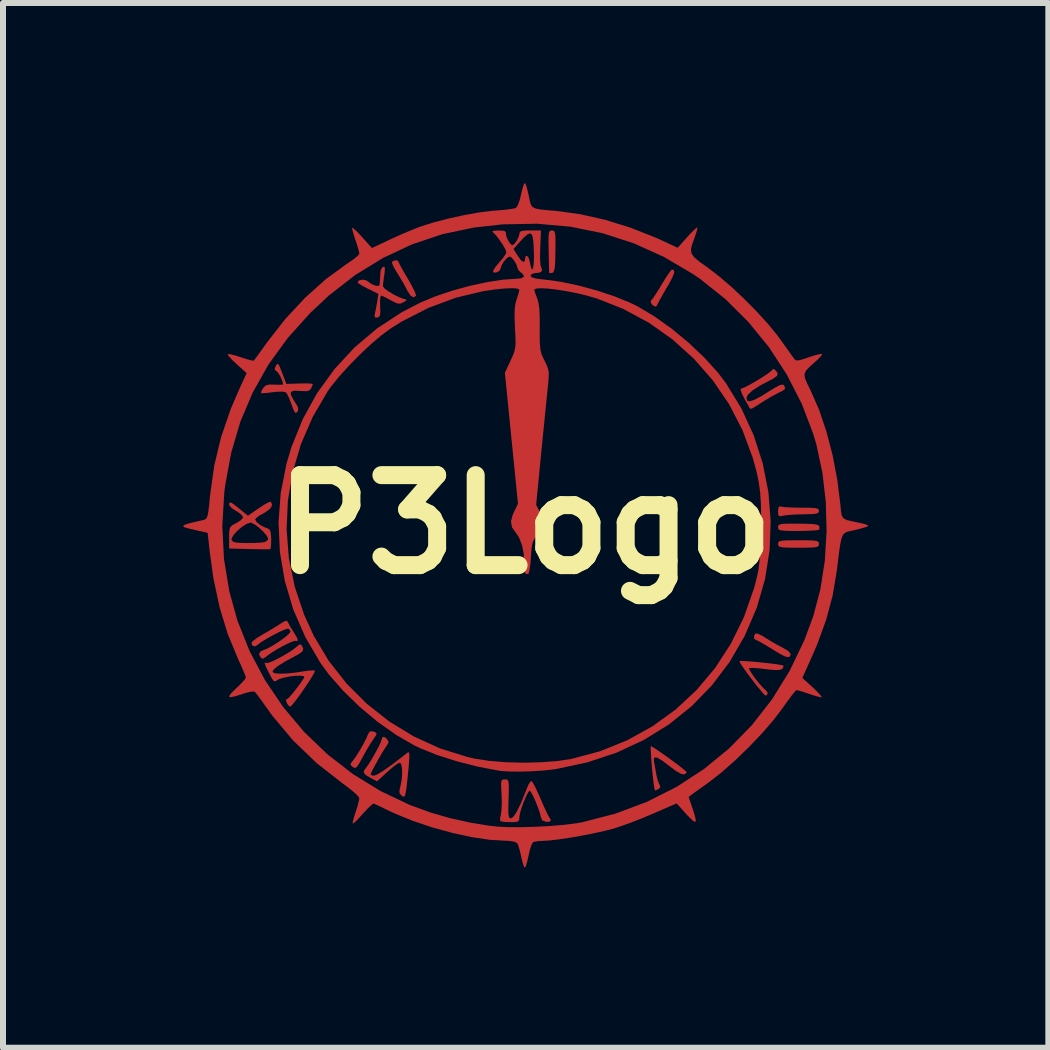
<source format=kicad_pcb>
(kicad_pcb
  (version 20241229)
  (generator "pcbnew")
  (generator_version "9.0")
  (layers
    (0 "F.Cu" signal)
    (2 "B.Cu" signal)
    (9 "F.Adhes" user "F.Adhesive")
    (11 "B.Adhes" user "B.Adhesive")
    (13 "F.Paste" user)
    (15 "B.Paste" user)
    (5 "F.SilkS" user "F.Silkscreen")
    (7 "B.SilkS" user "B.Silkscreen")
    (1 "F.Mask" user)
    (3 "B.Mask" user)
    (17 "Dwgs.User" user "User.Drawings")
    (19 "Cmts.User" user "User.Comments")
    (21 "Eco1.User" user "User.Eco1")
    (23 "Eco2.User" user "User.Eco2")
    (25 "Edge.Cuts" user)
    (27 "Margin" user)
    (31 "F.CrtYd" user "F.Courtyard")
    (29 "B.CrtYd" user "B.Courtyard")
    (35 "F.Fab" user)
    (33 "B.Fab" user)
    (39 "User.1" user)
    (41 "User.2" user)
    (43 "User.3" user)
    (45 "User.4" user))
  (footprint "P3Logo"
    (layer "F.Cu")
    (at 5.7 5.691)
    (property "Reference" "P3Logo" (at 0 0 0) (layer "F.SilkS") (effects (font (size 1.5 1.5) (thickness 0.3))))
    (attr board_only exclude_from_pos_files exclude_from_bom)
    (fp_poly (pts (xy 3.883 1.822) (xy 3.954 1.856) (xy 4.006 1.888) (xy 4.12 1.959) (xy 4.247 2.029) (xy 4.289 2.05) (xy 4.379 2.103) (xy 4.425 2.15) (xy 4.428 2.167) (xy 4.413 2.203) (xy 4.381 2.213) (xy 4.322 2.195) (xy 4.229 2.145) (xy 4.115 2.075) (xy 4.005 2.008) (xy 3.915 1.956) (xy 3.856 1.927) (xy 3.843 1.923) (xy 3.818 1.9) (xy 3.819 1.853) (xy 3.843 1.816)) (stroke (width 0) (type solid)) (fill yes) (layer "F.Cu"))
    (fp_poly (pts (xy -2.5 3.461) (xy -2.474 3.48) (xy -2.483 3.516) (xy -2.525 3.577) (xy -2.577 3.655) (xy -2.643 3.765) (xy -2.706 3.879) (xy -2.763 3.983) (xy -2.801 4.04) (xy -2.831 4.059) (xy -2.861 4.049) (xy -2.87 4.043) (xy -2.907 4.009) (xy -2.901 3.977) (xy -2.871 3.941) (xy -2.823 3.876) (xy -2.761 3.778) (xy -2.697 3.666) (xy -2.644 3.564) (xy -2.616 3.497) (xy -2.589 3.451) (xy -2.54 3.448)) (stroke (width 0) (type solid)) (fill yes) (layer "F.Cu"))
    (fp_poly (pts (xy -2.109 -4.381) (xy -2.109 -4.381) (xy -2.094 -4.346) (xy -2.054 -4.27) (xy -1.995 -4.167) (xy -1.954 -4.098) (xy -1.89 -3.984) (xy -1.842 -3.89) (xy -1.818 -3.828) (xy -1.817 -3.811) (xy -1.858 -3.784) (xy -1.908 -3.815) (xy -1.963 -3.9) (xy -1.968 -3.91) (xy -2.02 -4.01) (xy -2.089 -4.126) (xy -2.13 -4.192) (xy -2.182 -4.279) (xy -2.213 -4.346) (xy -2.216 -4.376) (xy -2.179 -4.399) (xy -2.132 -4.402)) (stroke (width 0) (type solid)) (fill yes) (layer "F.Cu"))
    (fp_poly (pts (xy 2.484 -4.236) (xy 2.487 -4.194) (xy 2.457 -4.117) (xy 2.394 -3.998) (xy 2.356 -3.935) (xy 2.29 -3.821) (xy 2.238 -3.728) (xy 2.208 -3.667) (xy 2.202 -3.652) (xy 2.183 -3.629) (xy 2.141 -3.645) (xy 2.111 -3.672) (xy 2.093 -3.718) (xy 2.104 -3.734) (xy 2.132 -3.768) (xy 2.182 -3.842) (xy 2.246 -3.944) (xy 2.279 -4.001) (xy 2.346 -4.109) (xy 2.402 -4.193) (xy 2.441 -4.242) (xy 2.451 -4.249)) (stroke (width 0) (type solid)) (fill yes) (layer "F.Cu"))
    (fp_poly (pts (xy 4.567 -0.013) (xy 4.72 -0.01) (xy 4.82 -0.005) (xy 4.879 0.007) (xy 4.905 0.027) (xy 4.909 0.06) (xy 4.905 0.085) (xy 4.874 0.095) (xy 4.794 0.102) (xy 4.677 0.107) (xy 4.559 0.109) (xy 4.41 0.108) (xy 4.312 0.104) (xy 4.254 0.096) (xy 4.227 0.082) (xy 4.218 0.058) (xy 4.218 0.047) (xy 4.222 0.02) (xy 4.24 0.002) (xy 4.283 -0.008) (xy 4.363 -0.013) (xy 4.488 -0.013)) (stroke (width 0) (type solid)) (fill yes) (layer "F.Cu"))
    (fp_poly (pts (xy 0.477 -4.896) (xy 0.494 -4.878) (xy 0.504 -4.835) (xy 0.508 -4.756) (xy 0.508 -4.631) (xy 0.507 -4.551) (xy 0.504 -4.396) (xy 0.498 -4.293) (xy 0.487 -4.232) (xy 0.471 -4.201) (xy 0.453 -4.192) (xy 0.409 -4.189) (xy 0.402 -4.192) (xy 0.402 -4.225) (xy 0.4 -4.308) (xy 0.397 -4.426) (xy 0.395 -4.551) (xy 0.392 -4.702) (xy 0.393 -4.802) (xy 0.4 -4.861) (xy 0.413 -4.89) (xy 0.435 -4.899) (xy 0.45 -4.9)) (stroke (width 0) (type solid)) (fill yes) (layer "F.Cu"))
    (fp_poly (pts (xy 4.267 -0.298) (xy 4.318 -0.29) (xy 4.415 -0.283) (xy 4.54 -0.28) (xy 4.608 -0.279) (xy 4.745 -0.278) (xy 4.832 -0.273) (xy 4.879 -0.262) (xy 4.898 -0.242) (xy 4.9 -0.225) (xy 4.893 -0.198) (xy 4.862 -0.181) (xy 4.797 -0.173) (xy 4.685 -0.17) (xy 4.644 -0.169) (xy 4.513 -0.166) (xy 4.395 -0.158) (xy 4.314 -0.148) (xy 4.303 -0.145) (xy 4.244 -0.135) (xy 4.221 -0.159) (xy 4.218 -0.22) (xy 4.225 -0.286) (xy 4.25 -0.303)) (stroke (width 0) (type solid)) (fill yes) (layer "F.Cu"))
    (fp_poly (pts (xy 4.708 0.264) (xy 4.806 0.268) (xy 4.864 0.276) (xy 4.891 0.291) (xy 4.9 0.314) (xy 4.9 0.326) (xy 4.896 0.353) (xy 4.877 0.371) (xy 4.833 0.381) (xy 4.752 0.386) (xy 4.623 0.388) (xy 4.559 0.388) (xy 4.41 0.387) (xy 4.312 0.384) (xy 4.254 0.375) (xy 4.227 0.361) (xy 4.218 0.337) (xy 4.218 0.326) (xy 4.222 0.298) (xy 4.241 0.281) (xy 4.285 0.27) (xy 4.366 0.265) (xy 4.495 0.264) (xy 4.559 0.264)) (stroke (width 0) (type solid)) (fill yes) (layer "F.Cu"))
    (fp_poly (pts (xy 3.687 2.279) (xy 3.799 2.287) (xy 3.926 2.299) (xy 4.055 2.313) (xy 4.171 2.327) (xy 4.26 2.341) (xy 4.307 2.352) (xy 4.31 2.355) (xy 4.299 2.398) (xy 4.261 2.422) (xy 4.186 2.428) (xy 4.065 2.418) (xy 4.009 2.411) (xy 3.889 2.397) (xy 3.795 2.391) (xy 3.741 2.393) (xy 3.735 2.396) (xy 3.743 2.427) (xy 3.782 2.489) (xy 3.839 2.569) (xy 3.905 2.652) (xy 3.967 2.722) (xy 4.015 2.766) (xy 4.02 2.77) (xy 4.046 2.807) (xy 4.034 2.844) (xy 4.007 2.852) (xy 3.98 2.828) (xy 3.926 2.764) (xy 3.85 2.671) (xy 3.773 2.571) (xy 3.689 2.459) (xy 3.624 2.366) (xy 3.583 2.302) (xy 3.573 2.278) (xy 3.607 2.275)) (stroke (width 0) (type solid)) (fill yes) (layer "F.Cu"))
    (fp_poly (pts (xy 2.123 3.707) (xy 2.188 3.748) (xy 2.278 3.81) (xy 2.381 3.883) (xy 2.487 3.96) (xy 2.582 4.032) (xy 2.654 4.089) (xy 2.693 4.124) (xy 2.696 4.129) (xy 2.674 4.156) (xy 2.651 4.167) (xy 2.601 4.157) (xy 2.517 4.109) (xy 2.412 4.031) (xy 2.291 3.939) (xy 2.209 3.889) (xy 2.162 3.882) (xy 2.147 3.917) (xy 2.152 3.962) (xy 2.168 4.051) (xy 2.187 4.156) (xy 2.189 4.171) (xy 2.21 4.261) (xy 2.237 4.327) (xy 2.243 4.336) (xy 2.256 4.381) (xy 2.231 4.406) (xy 2.182 4.431) (xy 2.168 4.434) (xy 2.158 4.406) (xy 2.146 4.327) (xy 2.132 4.211) (xy 2.118 4.071) (xy 2.106 3.927) (xy 2.098 3.809) (xy 2.095 3.727) (xy 2.096 3.695)) (stroke (width 0) (type solid)) (fill yes) (layer "F.Cu"))
    (fp_poly (pts (xy 4.171 -2.574) (xy 4.212 -2.523) (xy 4.2 -2.476) (xy 4.131 -2.426) (xy 4.087 -2.404) (xy 3.916 -2.314) (xy 3.79 -2.232) (xy 3.713 -2.16) (xy 3.691 -2.11) (xy 3.703 -2.063) (xy 3.744 -2.051) (xy 3.819 -2.075) (xy 3.933 -2.135) (xy 4.044 -2.204) (xy 4.166 -2.279) (xy 4.247 -2.321) (xy 4.295 -2.332) (xy 4.315 -2.32) (xy 4.336 -2.28) (xy 4.327 -2.251) (xy 4.28 -2.22) (xy 4.215 -2.188) (xy 4.116 -2.136) (xy 3.999 -2.067) (xy 3.934 -2.025) (xy 3.842 -1.966) (xy 3.789 -1.935) (xy 3.762 -1.927) (xy 3.748 -1.937) (xy 3.742 -1.946) (xy 3.664 -2.083) (xy 3.614 -2.185) (xy 3.593 -2.247) (xy 3.602 -2.264) (xy 3.648 -2.279) (xy 3.727 -2.319) (xy 3.826 -2.374) (xy 3.93 -2.437) (xy 4.023 -2.497) (xy 4.093 -2.548) (xy 4.124 -2.579) (xy 4.125 -2.581) (xy 4.143 -2.592)) (stroke (width 0) (type solid)) (fill yes) (layer "F.Cu"))
    (fp_poly (pts (xy -3.956 1.618) (xy -3.947 1.636) (xy -3.916 1.696) (xy -3.867 1.777) (xy -3.855 1.795) (xy -3.804 1.879) (xy -3.785 1.932) (xy -3.798 1.946) (xy -3.814 1.939) (xy -3.854 1.944) (xy -3.93 1.975) (xy -4.028 2.023) (xy -4.133 2.081) (xy -4.228 2.14) (xy -4.298 2.191) (xy -4.314 2.205) (xy -4.365 2.238) (xy -4.401 2.224) (xy -4.433 2.163) (xy -4.407 2.115) (xy -4.365 2.097) (xy -4.291 2.067) (xy -4.197 2.015) (xy -4.097 1.951) (xy -4.005 1.885) (xy -3.937 1.827) (xy -3.908 1.787) (xy -3.908 1.784) (xy -3.932 1.742) (xy -3.953 1.737) (xy -4.005 1.752) (xy -4.093 1.791) (xy -4.198 1.845) (xy -4.304 1.904) (xy -4.394 1.959) (xy -4.45 2.002) (xy -4.456 2.008) (xy -4.505 2.035) (xy -4.548 2.014) (xy -4.559 1.975) (xy -4.534 1.942) (xy -4.468 1.892) (xy -4.396 1.848) (xy -4.278 1.78) (xy -4.156 1.706) (xy -4.1 1.67) (xy -4.021 1.621) (xy -3.978 1.604)) (stroke (width 0) (type solid)) (fill yes) (layer "F.Cu"))
    (fp_poly (pts (xy -4.113 -2.673) (xy -4.088 -2.63) (xy -4.052 -2.538) (xy -4.047 -2.526) (xy -3.978 -2.342) (xy -3.757 -2.349) (xy -3.649 -2.351) (xy -3.57 -2.348) (xy -3.536 -2.341) (xy -3.536 -2.34) (xy -3.549 -2.301) (xy -3.565 -2.266) (xy -3.595 -2.233) (xy -3.649 -2.221) (xy -3.744 -2.225) (xy -3.751 -2.226) (xy -3.853 -2.229) (xy -3.902 -2.209) (xy -3.902 -2.159) (xy -3.856 -2.073) (xy -3.833 -2.038) (xy -3.787 -1.961) (xy -3.779 -1.911) (xy -3.795 -1.877) (xy -3.818 -1.857) (xy -3.84 -1.874) (xy -3.868 -1.936) (xy -3.89 -1.999) (xy -3.928 -2.098) (xy -3.964 -2.172) (xy -3.984 -2.201) (xy -4.035 -2.213) (xy -4.129 -2.212) (xy -4.203 -2.204) (xy -4.303 -2.192) (xy -4.375 -2.187) (xy -4.4 -2.189) (xy -4.394 -2.22) (xy -4.367 -2.27) (xy -4.326 -2.313) (xy -4.269 -2.331) (xy -4.176 -2.33) (xy -4.091 -2.328) (xy -4.039 -2.331) (xy -4.032 -2.335) (xy -4.046 -2.398) (xy -4.08 -2.474) (xy -4.12 -2.535) (xy -4.144 -2.556) (xy -4.173 -2.58) (xy -4.16 -2.627) (xy -4.153 -2.641) (xy -4.132 -2.674)) (stroke (width 0) (type solid)) (fill yes) (layer "F.Cu"))
    (fp_poly (pts (xy -2.334 -4.26) (xy -2.342 -4.18) (xy -2.344 -4.167) (xy -2.358 -4.069) (xy -2.367 -3.993) (xy -2.369 -3.974) (xy -2.345 -3.937) (xy -2.281 -3.888) (xy -2.193 -3.835) (xy -2.1 -3.788) (xy -2.018 -3.758) (xy -1.985 -3.753) (xy -1.974 -3.739) (xy -2.014 -3.709) (xy -2.021 -3.705) (xy -2.076 -3.681) (xy -2.125 -3.682) (xy -2.192 -3.712) (xy -2.238 -3.737) (xy -2.321 -3.782) (xy -2.382 -3.81) (xy -2.399 -3.814) (xy -2.411 -3.786) (xy -2.416 -3.714) (xy -2.414 -3.637) (xy -2.411 -3.535) (xy -2.419 -3.479) (xy -2.442 -3.454) (xy -2.462 -3.448) (xy -2.503 -3.45) (xy -2.506 -3.491) (xy -2.502 -3.509) (xy -2.486 -3.587) (xy -2.467 -3.689) (xy -2.463 -3.712) (xy -2.443 -3.843) (xy -2.617 -3.928) (xy -2.708 -3.976) (xy -2.771 -4.015) (xy -2.791 -4.036) (xy -2.766 -4.068) (xy -2.709 -4.08) (xy -2.647 -4.069) (xy -2.62 -4.051) (xy -2.56 -4.008) (xy -2.491 -3.979) (xy -2.438 -3.975) (xy -2.43 -3.98) (xy -2.42 -4.018) (xy -2.415 -4.095) (xy -2.414 -4.135) (xy -2.404 -4.241) (xy -2.373 -4.29) (xy -2.368 -4.293) (xy -2.342 -4.294)) (stroke (width 0) (type solid)) (fill yes) (layer "F.Cu"))
    (fp_poly (pts (xy -2.33 3.549) (xy -2.295 3.583) (xy -2.272 3.63) (xy -2.299 3.68) (xy -2.301 3.683) (xy -2.335 3.732) (xy -2.386 3.814) (xy -2.443 3.913) (xy -2.499 4.014) (xy -2.545 4.101) (xy -2.571 4.157) (xy -2.574 4.169) (xy -2.548 4.184) (xy -2.515 4.187) (xy -2.46 4.166) (xy -2.362 4.106) (xy -2.223 4.008) (xy -2.046 3.873) (xy -1.958 3.803) (xy -1.938 3.796) (xy -1.928 3.819) (xy -1.927 3.883) (xy -1.935 3.997) (xy -1.938 4.033) (xy -1.952 4.174) (xy -1.966 4.31) (xy -1.979 4.414) (xy -1.981 4.429) (xy -1.996 4.509) (xy -2.013 4.54) (xy -2.043 4.53) (xy -2.055 4.522) (xy -2.089 4.484) (xy -2.092 4.429) (xy -2.078 4.373) (xy -2.056 4.268) (xy -2.047 4.158) (xy -2.05 4.061) (xy -2.064 3.993) (xy -2.087 3.97) (xy -2.128 3.99) (xy -2.199 4.042) (xy -2.285 4.116) (xy -2.296 4.126) (xy -2.465 4.282) (xy -2.569 4.227) (xy -2.654 4.176) (xy -2.688 4.136) (xy -2.679 4.095) (xy -2.659 4.069) (xy -2.612 4.005) (xy -2.554 3.912) (xy -2.493 3.806) (xy -2.439 3.704) (xy -2.401 3.623) (xy -2.388 3.58) (xy -2.372 3.54)) (stroke (width 0) (type solid)) (fill yes) (layer "F.Cu"))
    (fp_poly (pts (xy -3.727 2.008) (xy -3.718 2.02) (xy -3.695 2.073) (xy -3.71 2.117) (xy -3.771 2.162) (xy -3.836 2.197) (xy -3.997 2.284) (xy -4.117 2.358) (xy -4.189 2.418) (xy -4.209 2.458) (xy -4.209 2.459) (xy -4.171 2.48) (xy -4.083 2.488) (xy -3.955 2.483) (xy -3.799 2.466) (xy -3.695 2.449) (xy -3.597 2.436) (xy -3.525 2.432) (xy -3.502 2.436) (xy -3.509 2.465) (xy -3.546 2.531) (xy -3.603 2.623) (xy -3.673 2.727) (xy -3.746 2.833) (xy -3.816 2.928) (xy -3.873 2.999) (xy -3.909 3.036) (xy -3.914 3.038) (xy -3.945 3.015) (xy -3.97 2.977) (xy -3.986 2.926) (xy -3.972 2.915) (xy -3.941 2.892) (xy -3.886 2.832) (xy -3.819 2.749) (xy -3.75 2.657) (xy -3.691 2.57) (xy -3.677 2.548) (xy -3.689 2.528) (xy -3.745 2.521) (xy -3.831 2.523) (xy -3.928 2.535) (xy -4.023 2.554) (xy -4.098 2.577) (xy -4.131 2.596) (xy -4.163 2.617) (xy -4.191 2.607) (xy -4.225 2.556) (xy -4.262 2.485) (xy -4.314 2.38) (xy -4.337 2.321) (xy -4.335 2.301) (xy -4.311 2.31) (xy -4.271 2.305) (xy -4.194 2.274) (xy -4.096 2.225) (xy -3.991 2.166) (xy -3.894 2.106) (xy -3.821 2.052) (xy -3.805 2.037) (xy -3.757 1.999)) (stroke (width 0) (type solid)) (fill yes) (layer "F.Cu"))
    (fp_poly (pts (xy -0.303 4.251) (xy -0.283 4.265) (xy -0.273 4.302) (xy -0.269 4.372) (xy -0.271 4.488) (xy -0.274 4.574) (xy -0.278 4.721) (xy -0.277 4.816) (xy -0.269 4.871) (xy -0.254 4.895) (xy -0.234 4.9) (xy -0.191 4.871) (xy -0.136 4.786) (xy -0.07 4.651) (xy 0.004 4.471) (xy 0.029 4.404) (xy 0.064 4.325) (xy 0.097 4.281) (xy 0.11 4.277) (xy 0.134 4.309) (xy 0.175 4.385) (xy 0.225 4.494) (xy 0.259 4.571) (xy 0.313 4.695) (xy 0.36 4.797) (xy 0.395 4.865) (xy 0.406 4.883) (xy 0.433 4.932) (xy 0.405 4.956) (xy 0.352 4.956) (xy 0.286 4.932) (xy 0.262 4.869) (xy 0.262 4.869) (xy 0.247 4.806) (xy 0.216 4.716) (xy 0.177 4.617) (xy 0.135 4.526) (xy 0.1 4.459) (xy 0.079 4.435) (xy 0.054 4.462) (xy 0.018 4.531) (xy -0.021 4.624) (xy -0.057 4.724) (xy -0.084 4.814) (xy -0.093 4.873) (xy -0.097 4.926) (xy -0.12 4.953) (xy -0.177 4.961) (xy -0.243 4.962) (xy -0.334 4.959) (xy -0.397 4.95) (xy -0.411 4.944) (xy -0.415 4.905) (xy -0.402 4.835) (xy -0.402 4.833) (xy -0.391 4.757) (xy -0.386 4.642) (xy -0.39 4.512) (xy -0.391 4.494) (xy -0.397 4.372) (xy -0.397 4.299) (xy -0.387 4.263) (xy -0.363 4.25) (xy -0.335 4.249)) (stroke (width 0) (type solid)) (fill yes) (layer "F.Cu"))
    (fp_poly (pts (xy -4.235 -0.379) (xy -4.214 -0.323) (xy -4.249 -0.26) (xy -4.335 -0.198) (xy -4.357 -0.186) (xy -4.438 -0.14) (xy -4.488 -0.099) (xy -4.497 -0.082) (xy -4.471 -0.037) (xy -4.407 0.013) (xy -4.325 0.054) (xy -4.295 0.063) (xy -4.258 0.084) (xy -4.238 0.131) (xy -4.231 0.221) (xy -4.23 0.243) (xy -4.232 0.335) (xy -4.239 0.397) (xy -4.246 0.412) (xy -4.283 0.414) (xy -4.368 0.414) (xy -4.488 0.412) (xy -4.598 0.41) (xy -4.931 0.401) (xy -4.931 0.236) (xy -4.891 0.236) (xy -4.891 0.258) (xy -4.87 0.285) (xy -4.823 0.301) (xy -4.739 0.308) (xy -4.625 0.31) (xy -4.501 0.308) (xy -4.399 0.302) (xy -4.335 0.293) (xy -4.329 0.291) (xy -4.286 0.258) (xy -4.28 0.238) (xy -4.303 0.189) (xy -4.361 0.121) (xy -4.436 0.051) (xy -4.51 -0.004) (xy -4.568 -0.031) (xy -4.573 -0.031) (xy -4.637 -0.011) (xy -4.716 0.039) (xy -4.795 0.106) (xy -4.858 0.176) (xy -4.891 0.236) (xy -4.931 0.236) (xy -4.931 0.219) (xy -4.929 0.116) (xy -4.917 0.056) (xy -4.886 0.018) (xy -4.826 -0.015) (xy -4.815 -0.021) (xy -4.742 -0.066) (xy -4.702 -0.109) (xy -4.699 -0.121) (xy -4.724 -0.161) (xy -4.787 -0.209) (xy -4.815 -0.225) (xy -4.887 -0.272) (xy -4.928 -0.317) (xy -4.931 -0.329) (xy -4.926 -0.362) (xy -4.903 -0.365) (xy -4.854 -0.336) (xy -4.77 -0.269) (xy -4.757 -0.259) (xy -4.618 -0.145) (xy -4.436 -0.271) (xy -4.344 -0.331) (xy -4.273 -0.369) (xy -4.237 -0.38)) (stroke (width 0) (type solid)) (fill yes) (layer "F.Cu"))
    (fp_poly (pts (xy 0.254 -4.605) (xy 0.251 -4.435) (xy 0.259 -4.321) (xy 0.276 -4.268) (xy 0.286 -4.226) (xy 0.242 -4.197) (xy 0.153 -4.187) (xy 0.104 -4.168) (xy 0.093 -4.144) (xy 0.114 -4.119) (xy 0.18 -4.099) (xy 0.299 -4.083) (xy 0.333 -4.08) (xy 0.601 -4.044) (xy 0.896 -3.981) (xy 1.199 -3.899) (xy 1.491 -3.802) (xy 1.751 -3.696) (xy 1.875 -3.636) (xy 2.157 -3.468) (xy 2.447 -3.261) (xy 2.729 -3.028) (xy 2.99 -2.78) (xy 3.216 -2.531) (xy 3.348 -2.357) (xy 3.607 -1.934) (xy 3.812 -1.486) (xy 3.962 -1.02) (xy 4.057 -0.541) (xy 4.095 -0.056) (xy 4.077 0.43) (xy 4.001 0.911) (xy 3.866 1.38) (xy 3.86 1.396) (xy 3.66 1.862) (xy 3.411 2.291) (xy 3.117 2.68) (xy 2.779 3.028) (xy 2.401 3.332) (xy 1.983 3.591) (xy 1.53 3.802) (xy 1.044 3.964) (xy 0.526 4.075) (xy 0.496 4.08) (xy 0.324 4.1) (xy 0.129 4.113) (xy -0.069 4.12) (xy -0.252 4.118) (xy -0.399 4.109) (xy -0.434 4.104) (xy -0.787 4.037) (xy -1.135 3.948) (xy -1.461 3.844) (xy -1.748 3.729) (xy -1.845 3.683) (xy -2.147 3.508) (xy -2.455 3.291) (xy -2.753 3.042) (xy -3.029 2.774) (xy -3.269 2.5) (xy -3.407 2.312) (xy -3.663 1.874) (xy -3.862 1.417) (xy -4.003 0.943) (xy -4.085 0.459) (xy -4.102 0.084) (xy -3.973 0.084) (xy -3.935 0.564) (xy -3.837 1.04) (xy -3.68 1.508) (xy -3.518 1.861) (xy -3.272 2.272) (xy -2.976 2.649) (xy -2.638 2.988) (xy -2.262 3.284) (xy -1.854 3.533) (xy -1.419 3.732) (xy -0.962 3.875) (xy -0.837 3.904) (xy -0.601 3.94) (xy -0.325 3.963) (xy -0.029 3.971) (xy 0.266 3.964) (xy 0.541 3.943) (xy 0.77 3.909) (xy 1.252 3.78) (xy 1.705 3.597) (xy 2.126 3.364) (xy 2.513 3.083) (xy 2.862 2.758) (xy 3.17 2.391) (xy 3.434 1.984) (xy 3.65 1.543) (xy 3.816 1.068) (xy 3.833 1.008) (xy 3.865 0.883) (xy 3.888 0.769) (xy 3.905 0.651) (xy 3.916 0.514) (xy 3.925 0.344) (xy 3.931 0.133) (xy 3.935 -0.13) (xy 3.932 -0.346) (xy 3.92 -0.532) (xy 3.897 -0.701) (xy 3.862 -0.87) (xy 3.812 -1.055) (xy 3.794 -1.116) (xy 3.625 -1.573) (xy 3.403 -2.002) (xy 3.132 -2.4) (xy 2.815 -2.762) (xy 2.457 -3.085) (xy 2.062 -3.364) (xy 1.634 -3.594) (xy 1.195 -3.767) (xy 1.04 -3.812) (xy 0.871 -3.853) (xy 0.699 -3.887) (xy 0.534 -3.913) (xy 0.387 -3.931) (xy 0.268 -3.937) (xy 0.187 -3.932) (xy 0.155 -3.913) (xy 0.155 -3.911) (xy 0.166 -3.868) (xy 0.194 -3.792) (xy 0.203 -3.771) (xy 0.225 -3.693) (xy 0.24 -3.584) (xy 0.246 -3.432) (xy 0.246 -3.275) (xy 0.245 -3.112) (xy 0.249 -2.995) (xy 0.258 -2.91) (xy 0.275 -2.841) (xy 0.304 -2.774) (xy 0.326 -2.729) (xy 0.363 -2.654) (xy 0.385 -2.593) (xy 0.396 -2.53) (xy 0.395 -2.448) (xy 0.385 -2.331) (xy 0.375 -2.235) (xy 0.362 -2.11) (xy 0.345 -1.937) (xy 0.324 -1.728) (xy 0.301 -1.498) (xy 0.277 -1.259) (xy 0.263 -1.116) (xy 0.186 -0.326) (xy 0.253 -0.199) (xy 0.298 -0.08) (xy 0.293 0.026) (xy 0.235 0.137) (xy 0.196 0.187) (xy 0.153 0.245) (xy 0.126 0.308) (xy 0.11 0.394) (xy 0.1 0.52) (xy 0.099 0.547) (xy 0.089 0.668) (xy 0.075 0.764) (xy 0.06 0.82) (xy 0.055 0.826) (xy 0.014 0.826) (xy -0.013 0.776) (xy -0.023 0.69) (xy -0.019 0.636) (xy -0.02 0.497) (xy -0.048 0.351) (xy -0.097 0.221) (xy -0.145 0.149) (xy -0.215 0.05) (xy -0.234 -0.049) (xy -0.203 -0.165) (xy -0.185 -0.204) (xy -0.117 -0.345) (xy -0.226 -1.436) (xy -0.335 -2.528) (xy -0.241 -2.729) (xy -0.2 -2.82) (xy -0.174 -2.892) (xy -0.16 -2.964) (xy -0.157 -3.052) (xy -0.161 -3.173) (xy -0.167 -3.276) (xy -0.174 -3.451) (xy -0.172 -3.58) (xy -0.16 -3.677) (xy -0.139 -3.753) (xy -0.111 -3.838) (xy -0.095 -3.899) (xy -0.093 -3.912) (xy -0.122 -3.93) (xy -0.202 -3.938) (xy -0.324 -3.934) (xy -0.479 -3.919) (xy -0.656 -3.894) (xy -0.685 -3.89) (xy -1.15 -3.78) (xy -1.608 -3.61) (xy -2.052 -3.383) (xy -2.242 -3.264) (xy -2.396 -3.15) (xy -2.572 -3) (xy -2.758 -2.825) (xy -2.939 -2.64) (xy -3.104 -2.457) (xy -3.238 -2.291) (xy -3.285 -2.225) (xy -3.539 -1.79) (xy -3.735 -1.337) (xy -3.872 -0.871) (xy -3.952 -0.396) (xy -3.973 0.084) (xy -4.102 0.084) (xy -4.108 -0.032) (xy -4.071 -0.525) (xy -3.974 -1.016) (xy -3.891 -1.293) (xy -3.703 -1.757) (xy -3.464 -2.19) (xy -3.175 -2.589) (xy -2.842 -2.949) (xy -2.467 -3.266) (xy -2.054 -3.537) (xy -1.731 -3.704) (xy -1.484 -3.805) (xy -1.21 -3.897) (xy -0.923 -3.976) (xy -0.641 -4.037) (xy -0.38 -4.078) (xy -0.157 -4.094) (xy -0.145 -4.094) (xy -0.055 -4.104) (xy -0.016 -4.132) (xy -0.032 -4.171) (xy -0.061 -4.193) (xy -0.11 -4.239) (xy -0.124 -4.273) (xy -0.141 -4.33) (xy -0.18 -4.397) (xy -0.225 -4.45) (xy -0.254 -4.466) (xy -0.3 -4.441) (xy -0.351 -4.384) (xy -0.391 -4.317) (xy -0.402 -4.275) (xy -0.429 -4.223) (xy -0.486 -4.196) (xy -0.531 -4.205) (xy -0.528 -4.235) (xy -0.49 -4.295) (xy -0.436 -4.359) (xy -0.368 -4.439) (xy -0.323 -4.505) (xy -0.31 -4.536) (xy -0.328 -4.587) (xy -0.33 -4.591) (xy -0.192 -4.591) (xy -0.124 -4.482) (xy -0.067 -4.404) (xy -0.025 -4.374) (xy -0.002 -4.395) (xy 0 -4.418) (xy 0.011 -4.473) (xy 0.036 -4.477) (xy 0.064 -4.437) (xy 0.081 -4.374) (xy 0.1 -4.282) (xy 0.119 -4.248) (xy 0.134 -4.267) (xy 0.145 -4.336) (xy 0.15 -4.449) (xy 0.148 -4.551) (xy 0.141 -4.708) (xy 0.125 -4.807) (xy 0.098 -4.85) (xy 0.053 -4.843) (xy -0.013 -4.787) (xy -0.074 -4.723) (xy -0.192 -4.591) (xy -0.33 -4.591) (xy -0.373 -4.666) (xy -0.431 -4.752) (xy -0.49 -4.826) (xy -0.525 -4.86) (xy -0.546 -4.884) (xy -0.522 -4.895) (xy -0.446 -4.899) (xy -0.439 -4.899) (xy -0.351 -4.894) (xy -0.318 -4.874) (xy -0.319 -4.861) (xy -0.314 -4.813) (xy -0.287 -4.744) (xy -0.249 -4.683) (xy -0.215 -4.652) (xy -0.212 -4.652) (xy -0.175 -4.677) (xy -0.133 -4.736) (xy -0.101 -4.805) (xy -0.093 -4.845) (xy -0.084 -4.877) (xy -0.046 -4.893) (xy 0.033 -4.9) (xy 0.087 -4.9) (xy 0.266 -4.9)) (stroke (width 0) (type solid)) (fill yes) (layer "F.Cu"))
    (fp_poly (pts (xy -0.0001 -5.691) (xy 0.018 -5.655) (xy 0.041 -5.575) (xy 0.064 -5.475) (xy 0.081 -5.389) (xy 0.099 -5.329) (xy 0.128 -5.289) (xy 0.179 -5.265) (xy 0.262 -5.249) (xy 0.387 -5.236) (xy 0.527 -5.225) (xy 0.92 -5.171) (xy 1.337 -5.077) (xy 1.759 -4.946) (xy 2.17 -4.784) (xy 2.262 -4.743) (xy 2.545 -4.611) (xy 2.703 -4.788) (xy 2.779 -4.87) (xy 2.839 -4.928) (xy 2.871 -4.952) (xy 2.874 -4.952) (xy 2.871 -4.918) (xy 2.849 -4.845) (xy 2.824 -4.772) (xy 2.784 -4.662) (xy 2.766 -4.58) (xy 2.777 -4.514) (xy 2.821 -4.452) (xy 2.905 -4.381) (xy 3.034 -4.289) (xy 3.047 -4.28) (xy 3.232 -4.138) (xy 3.439 -3.961) (xy 3.652 -3.761) (xy 3.86 -3.551) (xy 4.048 -3.345) (xy 4.202 -3.157) (xy 4.243 -3.101) (xy 4.327 -2.984) (xy 4.401 -2.881) (xy 4.455 -2.805) (xy 4.476 -2.776) (xy 4.501 -2.745) (xy 4.53 -2.732) (xy 4.577 -2.738) (xy 4.659 -2.762) (xy 4.728 -2.786) (xy 4.833 -2.819) (xy 4.913 -2.839) (xy 4.952 -2.843) (xy 4.953 -2.842) (xy 4.941 -2.815) (xy 4.893 -2.762) (xy 4.851 -2.723) (xy 4.748 -2.631) (xy 4.684 -2.564) (xy 4.658 -2.504) (xy 4.667 -2.435) (xy 4.707 -2.341) (xy 4.763 -2.228) (xy 4.903 -1.909) (xy 5.026 -1.543) (xy 5.129 -1.146) (xy 5.207 -0.733) (xy 5.256 -0.335) (xy 5.267 -0.219) (xy 5.281 -0.145) (xy 5.311 -0.1) (xy 5.369 -0.072) (xy 5.468 -0.049) (xy 5.562 -0.03) (xy 5.654 -0.009) (xy 5.711 0.012) (xy 5.722 0.026) (xy 5.684 0.043) (xy 5.603 0.067) (xy 5.496 0.094) (xy 5.495 0.094) (xy 5.421 0.11) (xy 5.366 0.124) (xy 5.325 0.146) (xy 5.294 0.184) (xy 5.272 0.245) (xy 5.253 0.338) (xy 5.234 0.471) (xy 5.212 0.652) (xy 5.196 0.779) (xy 5.128 1.185) (xy 5.021 1.586) (xy 4.871 1.998) (xy 4.791 2.182) (xy 4.623 2.559) (xy 4.801 2.72) (xy 4.879 2.796) (xy 4.931 2.853) (xy 4.947 2.881) (xy 4.944 2.883) (xy 4.898 2.874) (xy 4.814 2.85) (xy 4.73 2.822) (xy 4.631 2.789) (xy 4.556 2.767) (xy 4.525 2.76) (xy 4.499 2.784) (xy 4.447 2.85) (xy 4.375 2.946) (xy 4.292 3.063) (xy 4.139 3.264) (xy 3.947 3.486) (xy 3.729 3.714) (xy 3.5 3.935) (xy 3.273 4.135) (xy 3.061 4.301) (xy 3.032 4.322) (xy 2.914 4.405) (xy 2.818 4.474) (xy 2.753 4.522) (xy 2.729 4.542) (xy 2.729 4.542) (xy 2.738 4.573) (xy 2.763 4.645) (xy 2.791 4.73) (xy 2.833 4.861) (xy 2.848 4.937) (xy 2.835 4.96) (xy 2.791 4.932) (xy 2.714 4.855) (xy 2.69 4.829) (xy 2.528 4.649) (xy 2.132 4.821) (xy 1.959 4.894) (xy 1.78 4.964) (xy 1.614 5.024) (xy 1.483 5.067) (xy 1.48 5.068) (xy 1.324 5.108) (xy 1.137 5.15) (xy 0.935 5.189) (xy 0.734 5.224) (xy 0.55 5.251) (xy 0.398 5.268) (xy 0.314 5.273) (xy 0.22 5.278) (xy 0.151 5.29) (xy 0.135 5.296) (xy 0.111 5.336) (xy 0.083 5.419) (xy 0.061 5.513) (xy 0.038 5.616) (xy 0.015 5.692) (xy -0.000264 5.722) (xy -0.017 5.702) (xy -0.04 5.635) (xy -0.061 5.543) (xy -0.086 5.436) (xy -0.112 5.35) (xy -0.131 5.311) (xy -0.179 5.288) (xy -0.267 5.274) (xy -0.322 5.272) (xy -0.587 5.256) (xy -0.89 5.211) (xy -1.215 5.14) (xy -1.547 5.049) (xy -1.871 4.94) (xy -2.172 4.817) (xy -2.302 4.756) (xy -2.404 4.706) (xy -2.483 4.669) (xy -2.523 4.652) (xy -2.525 4.652) (xy -2.558 4.675) (xy -2.623 4.737) (xy -2.71 4.83) (xy -2.771 4.898) (xy -2.827 4.956) (xy -2.865 4.985) (xy -2.871 4.985) (xy -2.869 4.952) (xy -2.85 4.877) (xy -2.822 4.792) (xy -2.789 4.688) (xy -2.767 4.602) (xy -2.761 4.562) (xy -2.786 4.524) (xy -2.851 4.462) (xy -2.947 4.385) (xy -3.027 4.326) (xy -3.47 3.98) (xy -3.867 3.598) (xy -4.214 3.184) (xy -4.318 3.039) (xy -4.392 2.934) (xy -4.455 2.849) (xy -4.497 2.796) (xy -4.507 2.787) (xy -4.551 2.785) (xy -4.632 2.802) (xy -4.708 2.825) (xy -4.837 2.866) (xy -4.911 2.88) (xy -4.932 2.865) (xy -4.902 2.819) (xy -4.824 2.741) (xy -4.815 2.733) (xy -4.734 2.655) (xy -4.676 2.591) (xy -4.652 2.554) (xy -4.652 2.553) (xy -4.664 2.512) (xy -4.698 2.43) (xy -4.746 2.32) (xy -4.777 2.254) (xy -4.953 1.829) (xy -5.09 1.381) (xy -5.193 0.899) (xy -5.253 0.465) (xy -5.289 0.14) (xy -5.475 0.098) (xy -5.599 0.069) (xy -5.675 0.047) (xy -5.7 0.027) (xy -5.7 0.027) (xy -5.045 0.027) (xy -5.017 0.575) (xy -4.928 1.115) (xy -4.793 1.601) (xy -4.59 2.111) (xy -4.335 2.592) (xy -4.031 3.042) (xy -3.683 3.456) (xy -3.294 3.83) (xy -2.867 4.161) (xy -2.407 4.444) (xy -1.918 4.676) (xy -1.569 4.803) (xy -1.249 4.895) (xy -0.917 4.969) (xy -0.599 5.021) (xy -0.465 5.036) (xy -0.285 5.045) (xy -0.066 5.046) (xy 0.176 5.039) (xy 0.421 5.026) (xy 0.651 5.007) (xy 0.85 4.982) (xy 0.953 4.964) (xy 1.509 4.82) (xy 2.035 4.622) (xy 2.527 4.374) (xy 2.984 4.076) (xy 3.404 3.732) (xy 3.783 3.344) (xy 4.12 2.912) (xy 4.411 2.441) (xy 4.656 1.931) (xy 4.806 1.526) (xy 4.923 1.084) (xy 4.997 0.61) (xy 5.027 0.119) (xy 5.014 -0.377) (xy 4.957 -0.865) (xy 4.857 -1.331) (xy 4.805 -1.508) (xy 4.612 -2.014) (xy 4.364 -2.497) (xy 4.067 -2.953) (xy 3.723 -3.375) (xy 3.339 -3.757) (xy 2.919 -4.092) (xy 2.805 -4.17) (xy 2.319 -4.457) (xy 1.816 -4.685) (xy 1.294 -4.854) (xy 0.756 -4.963) (xy 0.201 -5.012) (xy -0.37 -5.002) (xy -0.853 -4.948) (xy -1.376 -4.838) (xy -1.881 -4.669) (xy -2.365 -4.442) (xy -2.827 -4.159) (xy -3.264 -3.82) (xy -3.582 -3.522) (xy -3.958 -3.103) (xy -4.276 -2.664) (xy -4.537 -2.201) (xy -4.744 -1.712) (xy -4.897 -1.194) (xy -4.998 -0.643) (xy -5.012 -0.53) (xy -5.045 0.027) (xy -5.7 0.027) (xy -5.673 0.006) (xy -5.591 -0.02) (xy -5.451 -0.053) (xy -5.364 -0.073) (xy -5.332 -0.083) (xy -5.309 -0.102) (xy -5.292 -0.141) (xy -5.278 -0.21) (xy -5.264 -0.32) (xy -5.249 -0.481) (xy -5.248 -0.487) (xy -5.179 -0.982) (xy -5.065 -1.456) (xy -4.903 -1.927) (xy -4.766 -2.246) (xy -4.639 -2.522) (xy -4.806 -2.672) (xy -4.885 -2.747) (xy -4.938 -2.806) (xy -4.956 -2.838) (xy -4.955 -2.839) (xy -4.92 -2.839) (xy -4.842 -2.82) (xy -4.739 -2.788) (xy -4.735 -2.786) (xy -4.632 -2.753) (xy -4.555 -2.733) (xy -4.519 -2.73) (xy -4.519 -2.73) (xy -4.497 -2.76) (xy -4.446 -2.829) (xy -4.375 -2.928) (xy -4.297 -3.037) (xy -3.993 -3.426) (xy -3.663 -3.78) (xy -3.317 -4.09) (xy -2.965 -4.347) (xy -2.954 -4.353) (xy -2.86 -4.418) (xy -2.791 -4.474) (xy -2.761 -4.51) (xy -2.76 -4.513) (xy -2.77 -4.56) (xy -2.794 -4.645) (xy -2.822 -4.73) (xy -2.855 -4.83) (xy -2.877 -4.909) (xy -2.883 -4.944) (xy -2.865 -4.938) (xy -2.815 -4.895) (xy -2.743 -4.821) (xy -2.717 -4.792) (xy -2.551 -4.607) (xy -2.245 -4.751) (xy -2.09 -4.822) (xy -1.927 -4.891) (xy -1.782 -4.95) (xy -1.72 -4.972) (xy -1.512 -5.037) (xy -1.271 -5.099) (xy -1.016 -5.155) (xy -0.77 -5.199) (xy -0.553 -5.227) (xy -0.481 -5.232) (xy -0.351 -5.243) (xy -0.241 -5.256) (xy -0.169 -5.269) (xy -0.153 -5.274) (xy -0.121 -5.318) (xy -0.087 -5.409) (xy -0.065 -5.502) (xy -0.041 -5.602) (xy -0.018 -5.67) (xy -0.000398 -5.691)) (stroke (width 0) (type solid)) (fill yes) (layer "F.Cu"))
    (fp_poly (pts (xy 3.883 1.822) (xy 3.954 1.856) (xy 4.006 1.888) (xy 4.12 1.959) (xy 4.247 2.029) (xy 4.289 2.05) (xy 4.379 2.103) (xy 4.425 2.15) (xy 4.428 2.167) (xy 4.413 2.203) (xy 4.381 2.213) (xy 4.322 2.195) (xy 4.229 2.145) (xy 4.115 2.075) (xy 4.005 2.008) (xy 3.915 1.956) (xy 3.856 1.927) (xy 3.843 1.923) (xy 3.818 1.9) (xy 3.819 1.853) (xy 3.843 1.816)) (stroke (width 0) (type solid)) (fill yes) (layer "F.Mask"))
    (fp_poly (pts (xy -2.5 3.461) (xy -2.474 3.48) (xy -2.483 3.516) (xy -2.525 3.577) (xy -2.577 3.655) (xy -2.643 3.765) (xy -2.706 3.879) (xy -2.763 3.983) (xy -2.801 4.04) (xy -2.831 4.059) (xy -2.861 4.049) (xy -2.87 4.043) (xy -2.907 4.009) (xy -2.901 3.977) (xy -2.871 3.941) (xy -2.823 3.876) (xy -2.761 3.778) (xy -2.697 3.666) (xy -2.644 3.564) (xy -2.616 3.497) (xy -2.589 3.451) (xy -2.54 3.448)) (stroke (width 0) (type solid)) (fill yes) (layer "F.Mask"))
    (fp_poly (pts (xy -2.109 -4.381) (xy -2.109 -4.381) (xy -2.094 -4.346) (xy -2.054 -4.27) (xy -1.995 -4.167) (xy -1.954 -4.098) (xy -1.89 -3.984) (xy -1.842 -3.89) (xy -1.818 -3.828) (xy -1.817 -3.811) (xy -1.858 -3.784) (xy -1.908 -3.815) (xy -1.963 -3.9) (xy -1.968 -3.91) (xy -2.02 -4.01) (xy -2.089 -4.126) (xy -2.13 -4.192) (xy -2.182 -4.279) (xy -2.213 -4.346) (xy -2.216 -4.376) (xy -2.179 -4.399) (xy -2.132 -4.402)) (stroke (width 0) (type solid)) (fill yes) (layer "F.Mask"))
    (fp_poly (pts (xy 2.484 -4.236) (xy 2.487 -4.194) (xy 2.457 -4.117) (xy 2.394 -3.998) (xy 2.356 -3.935) (xy 2.29 -3.821) (xy 2.238 -3.728) (xy 2.208 -3.667) (xy 2.202 -3.652) (xy 2.183 -3.629) (xy 2.141 -3.645) (xy 2.111 -3.672) (xy 2.093 -3.718) (xy 2.104 -3.734) (xy 2.132 -3.768) (xy 2.182 -3.842) (xy 2.246 -3.944) (xy 2.279 -4.001) (xy 2.346 -4.109) (xy 2.402 -4.193) (xy 2.441 -4.242) (xy 2.451 -4.249)) (stroke (width 0) (type solid)) (fill yes) (layer "F.Mask"))
    (fp_poly (pts (xy 4.567 -0.013) (xy 4.72 -0.01) (xy 4.82 -0.005) (xy 4.879 0.007) (xy 4.905 0.027) (xy 4.909 0.06) (xy 4.905 0.085) (xy 4.874 0.095) (xy 4.794 0.102) (xy 4.677 0.107) (xy 4.559 0.109) (xy 4.41 0.108) (xy 4.312 0.104) (xy 4.254 0.096) (xy 4.227 0.082) (xy 4.218 0.058) (xy 4.218 0.047) (xy 4.222 0.02) (xy 4.24 0.002) (xy 4.283 -0.008) (xy 4.363 -0.013) (xy 4.488 -0.013)) (stroke (width 0) (type solid)) (fill yes) (layer "F.Mask"))
    (fp_poly (pts (xy 0.477 -4.896) (xy 0.494 -4.878) (xy 0.504 -4.835) (xy 0.508 -4.756) (xy 0.508 -4.631) (xy 0.507 -4.551) (xy 0.504 -4.396) (xy 0.498 -4.293) (xy 0.487 -4.232) (xy 0.471 -4.201) (xy 0.453 -4.192) (xy 0.409 -4.189) (xy 0.402 -4.192) (xy 0.402 -4.225) (xy 0.4 -4.308) (xy 0.397 -4.426) (xy 0.395 -4.551) (xy 0.392 -4.702) (xy 0.393 -4.802) (xy 0.4 -4.861) (xy 0.413 -4.89) (xy 0.435 -4.899) (xy 0.45 -4.9)) (stroke (width 0) (type solid)) (fill yes) (layer "F.Mask"))
    (fp_poly (pts (xy 4.267 -0.298) (xy 4.318 -0.29) (xy 4.415 -0.283) (xy 4.54 -0.28) (xy 4.608 -0.279) (xy 4.745 -0.278) (xy 4.832 -0.273) (xy 4.879 -0.262) (xy 4.898 -0.242) (xy 4.9 -0.225) (xy 4.893 -0.198) (xy 4.862 -0.181) (xy 4.797 -0.173) (xy 4.685 -0.17) (xy 4.644 -0.169) (xy 4.513 -0.166) (xy 4.395 -0.158) (xy 4.314 -0.148) (xy 4.303 -0.145) (xy 4.244 -0.135) (xy 4.221 -0.159) (xy 4.218 -0.22) (xy 4.225 -0.286) (xy 4.25 -0.303)) (stroke (width 0) (type solid)) (fill yes) (layer "F.Mask"))
    (fp_poly (pts (xy 4.708 0.264) (xy 4.806 0.268) (xy 4.864 0.276) (xy 4.891 0.291) (xy 4.9 0.314) (xy 4.9 0.326) (xy 4.896 0.353) (xy 4.877 0.371) (xy 4.833 0.381) (xy 4.752 0.386) (xy 4.623 0.388) (xy 4.559 0.388) (xy 4.41 0.387) (xy 4.312 0.384) (xy 4.254 0.375) (xy 4.227 0.361) (xy 4.218 0.337) (xy 4.218 0.326) (xy 4.222 0.298) (xy 4.241 0.281) (xy 4.285 0.27) (xy 4.366 0.265) (xy 4.495 0.264) (xy 4.559 0.264)) (stroke (width 0) (type solid)) (fill yes) (layer "F.Mask"))
    (fp_poly (pts (xy 3.687 2.279) (xy 3.799 2.287) (xy 3.926 2.299) (xy 4.055 2.313) (xy 4.171 2.327) (xy 4.26 2.341) (xy 4.307 2.352) (xy 4.31 2.355) (xy 4.299 2.398) (xy 4.261 2.422) (xy 4.186 2.428) (xy 4.065 2.418) (xy 4.009 2.411) (xy 3.889 2.397) (xy 3.795 2.391) (xy 3.741 2.393) (xy 3.735 2.396) (xy 3.743 2.427) (xy 3.782 2.489) (xy 3.839 2.569) (xy 3.905 2.652) (xy 3.967 2.722) (xy 4.015 2.766) (xy 4.02 2.77) (xy 4.046 2.807) (xy 4.034 2.844) (xy 4.007 2.852) (xy 3.98 2.828) (xy 3.926 2.764) (xy 3.85 2.671) (xy 3.773 2.571) (xy 3.689 2.459) (xy 3.624 2.366) (xy 3.583 2.302) (xy 3.573 2.278) (xy 3.607 2.275)) (stroke (width 0) (type solid)) (fill yes) (layer "F.Mask"))
    (fp_poly (pts (xy 2.123 3.707) (xy 2.188 3.748) (xy 2.278 3.81) (xy 2.381 3.883) (xy 2.487 3.96) (xy 2.582 4.032) (xy 2.654 4.089) (xy 2.693 4.124) (xy 2.696 4.129) (xy 2.674 4.156) (xy 2.651 4.167) (xy 2.601 4.157) (xy 2.517 4.109) (xy 2.412 4.031) (xy 2.291 3.939) (xy 2.209 3.889) (xy 2.162 3.882) (xy 2.147 3.917) (xy 2.152 3.962) (xy 2.168 4.051) (xy 2.187 4.156) (xy 2.189 4.171) (xy 2.21 4.261) (xy 2.237 4.327) (xy 2.243 4.336) (xy 2.256 4.381) (xy 2.231 4.406) (xy 2.182 4.431) (xy 2.168 4.434) (xy 2.158 4.406) (xy 2.146 4.327) (xy 2.132 4.211) (xy 2.118 4.071) (xy 2.106 3.927) (xy 2.098 3.809) (xy 2.095 3.727) (xy 2.096 3.695)) (stroke (width 0) (type solid)) (fill yes) (layer "F.Mask"))
    (fp_poly (pts (xy 4.171 -2.574) (xy 4.212 -2.523) (xy 4.2 -2.476) (xy 4.131 -2.426) (xy 4.087 -2.404) (xy 3.916 -2.314) (xy 3.79 -2.232) (xy 3.713 -2.16) (xy 3.691 -2.11) (xy 3.703 -2.063) (xy 3.744 -2.051) (xy 3.819 -2.075) (xy 3.933 -2.135) (xy 4.044 -2.204) (xy 4.166 -2.279) (xy 4.247 -2.321) (xy 4.295 -2.332) (xy 4.315 -2.32) (xy 4.336 -2.28) (xy 4.327 -2.251) (xy 4.28 -2.22) (xy 4.215 -2.188) (xy 4.116 -2.136) (xy 3.999 -2.067) (xy 3.934 -2.025) (xy 3.842 -1.966) (xy 3.789 -1.935) (xy 3.762 -1.927) (xy 3.748 -1.937) (xy 3.742 -1.946) (xy 3.664 -2.083) (xy 3.614 -2.185) (xy 3.593 -2.247) (xy 3.602 -2.264) (xy 3.648 -2.279) (xy 3.727 -2.319) (xy 3.826 -2.374) (xy 3.93 -2.437) (xy 4.023 -2.497) (xy 4.093 -2.548) (xy 4.124 -2.579) (xy 4.125 -2.581) (xy 4.143 -2.592)) (stroke (width 0) (type solid)) (fill yes) (layer "F.Mask"))
    (fp_poly (pts (xy -3.956 1.618) (xy -3.947 1.636) (xy -3.916 1.696) (xy -3.867 1.777) (xy -3.855 1.795) (xy -3.804 1.879) (xy -3.785 1.932) (xy -3.798 1.946) (xy -3.814 1.939) (xy -3.854 1.944) (xy -3.93 1.975) (xy -4.028 2.023) (xy -4.133 2.081) (xy -4.228 2.14) (xy -4.298 2.191) (xy -4.314 2.205) (xy -4.365 2.238) (xy -4.401 2.224) (xy -4.433 2.163) (xy -4.407 2.115) (xy -4.365 2.097) (xy -4.291 2.067) (xy -4.197 2.015) (xy -4.097 1.951) (xy -4.005 1.885) (xy -3.937 1.827) (xy -3.908 1.787) (xy -3.908 1.784) (xy -3.932 1.742) (xy -3.953 1.737) (xy -4.005 1.752) (xy -4.093 1.791) (xy -4.198 1.845) (xy -4.304 1.904) (xy -4.394 1.959) (xy -4.45 2.002) (xy -4.456 2.008) (xy -4.505 2.035) (xy -4.548 2.014) (xy -4.559 1.975) (xy -4.534 1.942) (xy -4.468 1.892) (xy -4.396 1.848) (xy -4.278 1.78) (xy -4.156 1.706) (xy -4.1 1.67) (xy -4.021 1.621) (xy -3.978 1.604)) (stroke (width 0) (type solid)) (fill yes) (layer "F.Mask"))
    (fp_poly (pts (xy -4.113 -2.673) (xy -4.088 -2.63) (xy -4.052 -2.538) (xy -4.047 -2.526) (xy -3.978 -2.342) (xy -3.757 -2.349) (xy -3.649 -2.351) (xy -3.57 -2.348) (xy -3.536 -2.341) (xy -3.536 -2.34) (xy -3.549 -2.301) (xy -3.565 -2.266) (xy -3.595 -2.233) (xy -3.649 -2.221) (xy -3.744 -2.225) (xy -3.751 -2.226) (xy -3.853 -2.229) (xy -3.902 -2.209) (xy -3.902 -2.159) (xy -3.856 -2.073) (xy -3.833 -2.038) (xy -3.787 -1.961) (xy -3.779 -1.911) (xy -3.795 -1.877) (xy -3.818 -1.857) (xy -3.84 -1.874) (xy -3.868 -1.936) (xy -3.89 -1.999) (xy -3.928 -2.098) (xy -3.964 -2.172) (xy -3.984 -2.201) (xy -4.035 -2.213) (xy -4.129 -2.212) (xy -4.203 -2.204) (xy -4.303 -2.192) (xy -4.375 -2.187) (xy -4.4 -2.189) (xy -4.394 -2.22) (xy -4.367 -2.27) (xy -4.326 -2.313) (xy -4.269 -2.331) (xy -4.176 -2.33) (xy -4.091 -2.328) (xy -4.039 -2.331) (xy -4.032 -2.335) (xy -4.046 -2.398) (xy -4.08 -2.474) (xy -4.12 -2.535) (xy -4.144 -2.556) (xy -4.173 -2.58) (xy -4.16 -2.627) (xy -4.153 -2.641) (xy -4.132 -2.674)) (stroke (width 0) (type solid)) (fill yes) (layer "F.Mask"))
    (fp_poly (pts (xy -2.334 -4.26) (xy -2.342 -4.18) (xy -2.344 -4.167) (xy -2.358 -4.069) (xy -2.367 -3.993) (xy -2.369 -3.974) (xy -2.345 -3.937) (xy -2.281 -3.888) (xy -2.193 -3.835) (xy -2.1 -3.788) (xy -2.018 -3.758) (xy -1.985 -3.753) (xy -1.974 -3.739) (xy -2.014 -3.709) (xy -2.021 -3.705) (xy -2.076 -3.681) (xy -2.125 -3.682) (xy -2.192 -3.712) (xy -2.238 -3.737) (xy -2.321 -3.782) (xy -2.382 -3.81) (xy -2.399 -3.814) (xy -2.411 -3.786) (xy -2.416 -3.714) (xy -2.414 -3.637) (xy -2.411 -3.535) (xy -2.419 -3.479) (xy -2.442 -3.454) (xy -2.462 -3.448) (xy -2.503 -3.45) (xy -2.506 -3.491) (xy -2.502 -3.509) (xy -2.486 -3.587) (xy -2.467 -3.689) (xy -2.463 -3.712) (xy -2.443 -3.843) (xy -2.617 -3.928) (xy -2.708 -3.976) (xy -2.771 -4.015) (xy -2.791 -4.036) (xy -2.766 -4.068) (xy -2.709 -4.08) (xy -2.647 -4.069) (xy -2.62 -4.051) (xy -2.56 -4.008) (xy -2.491 -3.979) (xy -2.438 -3.975) (xy -2.43 -3.98) (xy -2.42 -4.018) (xy -2.415 -4.095) (xy -2.414 -4.135) (xy -2.404 -4.241) (xy -2.373 -4.29) (xy -2.368 -4.293) (xy -2.342 -4.294)) (stroke (width 0) (type solid)) (fill yes) (layer "F.Mask"))
    (fp_poly (pts (xy -2.33 3.549) (xy -2.295 3.583) (xy -2.272 3.63) (xy -2.299 3.68) (xy -2.301 3.683) (xy -2.335 3.732) (xy -2.386 3.814) (xy -2.443 3.913) (xy -2.499 4.014) (xy -2.545 4.101) (xy -2.571 4.157) (xy -2.574 4.169) (xy -2.548 4.184) (xy -2.515 4.187) (xy -2.46 4.166) (xy -2.362 4.106) (xy -2.223 4.008) (xy -2.046 3.873) (xy -1.958 3.803) (xy -1.938 3.796) (xy -1.928 3.819) (xy -1.927 3.883) (xy -1.935 3.997) (xy -1.938 4.033) (xy -1.952 4.174) (xy -1.966 4.31) (xy -1.979 4.414) (xy -1.981 4.429) (xy -1.996 4.509) (xy -2.013 4.54) (xy -2.043 4.53) (xy -2.055 4.522) (xy -2.089 4.484) (xy -2.092 4.429) (xy -2.078 4.373) (xy -2.056 4.268) (xy -2.047 4.158) (xy -2.05 4.061) (xy -2.064 3.993) (xy -2.087 3.97) (xy -2.128 3.99) (xy -2.199 4.042) (xy -2.285 4.116) (xy -2.296 4.126) (xy -2.465 4.282) (xy -2.569 4.227) (xy -2.654 4.176) (xy -2.688 4.136) (xy -2.679 4.095) (xy -2.659 4.069) (xy -2.612 4.005) (xy -2.554 3.912) (xy -2.493 3.806) (xy -2.439 3.704) (xy -2.401 3.623) (xy -2.388 3.58) (xy -2.372 3.54)) (stroke (width 0) (type solid)) (fill yes) (layer "F.Mask"))
    (fp_poly (pts (xy -3.727 2.008) (xy -3.718 2.02) (xy -3.695 2.073) (xy -3.71 2.117) (xy -3.771 2.162) (xy -3.836 2.197) (xy -3.997 2.284) (xy -4.117 2.358) (xy -4.189 2.418) (xy -4.209 2.458) (xy -4.209 2.459) (xy -4.171 2.48) (xy -4.083 2.488) (xy -3.955 2.483) (xy -3.799 2.466) (xy -3.695 2.449) (xy -3.597 2.436) (xy -3.525 2.432) (xy -3.502 2.436) (xy -3.509 2.465) (xy -3.546 2.531) (xy -3.603 2.623) (xy -3.673 2.727) (xy -3.746 2.833) (xy -3.816 2.928) (xy -3.873 2.999) (xy -3.909 3.036) (xy -3.914 3.038) (xy -3.945 3.015) (xy -3.97 2.977) (xy -3.986 2.926) (xy -3.972 2.915) (xy -3.941 2.892) (xy -3.886 2.832) (xy -3.819 2.749) (xy -3.75 2.657) (xy -3.691 2.57) (xy -3.677 2.548) (xy -3.689 2.528) (xy -3.745 2.521) (xy -3.831 2.523) (xy -3.928 2.535) (xy -4.023 2.554) (xy -4.098 2.577) (xy -4.131 2.596) (xy -4.163 2.617) (xy -4.191 2.607) (xy -4.225 2.556) (xy -4.262 2.485) (xy -4.314 2.38) (xy -4.337 2.321) (xy -4.335 2.301) (xy -4.311 2.31) (xy -4.271 2.305) (xy -4.194 2.274) (xy -4.096 2.225) (xy -3.991 2.166) (xy -3.894 2.106) (xy -3.821 2.052) (xy -3.805 2.037) (xy -3.757 1.999)) (stroke (width 0) (type solid)) (fill yes) (layer "F.Mask"))
    (fp_poly (pts (xy -0.303 4.251) (xy -0.283 4.265) (xy -0.273 4.302) (xy -0.269 4.372) (xy -0.271 4.488) (xy -0.274 4.574) (xy -0.278 4.721) (xy -0.277 4.816) (xy -0.269 4.871) (xy -0.254 4.895) (xy -0.234 4.9) (xy -0.191 4.871) (xy -0.136 4.786) (xy -0.07 4.651) (xy 0.004 4.471) (xy 0.029 4.404) (xy 0.064 4.325) (xy 0.097 4.281) (xy 0.11 4.277) (xy 0.134 4.309) (xy 0.175 4.385) (xy 0.225 4.494) (xy 0.259 4.571) (xy 0.313 4.695) (xy 0.36 4.797) (xy 0.395 4.865) (xy 0.406 4.883) (xy 0.433 4.932) (xy 0.405 4.956) (xy 0.352 4.956) (xy 0.286 4.932) (xy 0.262 4.869) (xy 0.262 4.869) (xy 0.247 4.806) (xy 0.216 4.716) (xy 0.177 4.617) (xy 0.135 4.526) (xy 0.1 4.459) (xy 0.079 4.435) (xy 0.054 4.462) (xy 0.018 4.531) (xy -0.021 4.624) (xy -0.057 4.724) (xy -0.084 4.814) (xy -0.093 4.873) (xy -0.097 4.926) (xy -0.12 4.953) (xy -0.177 4.961) (xy -0.243 4.962) (xy -0.334 4.959) (xy -0.397 4.95) (xy -0.411 4.944) (xy -0.415 4.905) (xy -0.402 4.835) (xy -0.402 4.833) (xy -0.391 4.757) (xy -0.386 4.642) (xy -0.39 4.512) (xy -0.391 4.494) (xy -0.397 4.372) (xy -0.397 4.299) (xy -0.387 4.263) (xy -0.363 4.25) (xy -0.335 4.249)) (stroke (width 0) (type solid)) (fill yes) (layer "F.Mask"))
    (fp_poly (pts (xy -4.235 -0.379) (xy -4.214 -0.323) (xy -4.249 -0.26) (xy -4.335 -0.198) (xy -4.357 -0.186) (xy -4.438 -0.14) (xy -4.488 -0.099) (xy -4.497 -0.082) (xy -4.471 -0.037) (xy -4.407 0.013) (xy -4.325 0.054) (xy -4.295 0.063) (xy -4.258 0.084) (xy -4.238 0.131) (xy -4.231 0.221) (xy -4.23 0.243) (xy -4.232 0.335) (xy -4.239 0.397) (xy -4.246 0.412) (xy -4.283 0.414) (xy -4.368 0.414) (xy -4.488 0.412) (xy -4.598 0.41) (xy -4.931 0.401) (xy -4.931 0.236) (xy -4.891 0.236) (xy -4.891 0.258) (xy -4.87 0.285) (xy -4.823 0.301) (xy -4.739 0.308) (xy -4.625 0.31) (xy -4.501 0.308) (xy -4.399 0.302) (xy -4.335 0.293) (xy -4.329 0.291) (xy -4.286 0.258) (xy -4.28 0.238) (xy -4.303 0.189) (xy -4.361 0.121) (xy -4.436 0.051) (xy -4.51 -0.004) (xy -4.568 -0.031) (xy -4.573 -0.031) (xy -4.637 -0.011) (xy -4.716 0.039) (xy -4.795 0.106) (xy -4.858 0.176) (xy -4.891 0.236) (xy -4.931 0.236) (xy -4.931 0.219) (xy -4.929 0.116) (xy -4.917 0.056) (xy -4.886 0.018) (xy -4.826 -0.015) (xy -4.815 -0.021) (xy -4.742 -0.066) (xy -4.702 -0.109) (xy -4.699 -0.121) (xy -4.724 -0.161) (xy -4.787 -0.209) (xy -4.815 -0.225) (xy -4.887 -0.272) (xy -4.928 -0.317) (xy -4.931 -0.329) (xy -4.926 -0.362) (xy -4.903 -0.365) (xy -4.854 -0.336) (xy -4.77 -0.269) (xy -4.757 -0.259) (xy -4.618 -0.145) (xy -4.436 -0.271) (xy -4.344 -0.331) (xy -4.273 -0.369) (xy -4.237 -0.38)) (stroke (width 0) (type solid)) (fill yes) (layer "F.Mask"))
    (fp_poly (pts (xy 0.254 -4.605) (xy 0.251 -4.435) (xy 0.259 -4.321) (xy 0.276 -4.268) (xy 0.286 -4.226) (xy 0.242 -4.197) (xy 0.153 -4.187) (xy 0.104 -4.168) (xy 0.093 -4.144) (xy 0.114 -4.119) (xy 0.18 -4.099) (xy 0.299 -4.083) (xy 0.333 -4.08) (xy 0.601 -4.044) (xy 0.896 -3.981) (xy 1.199 -3.899) (xy 1.491 -3.802) (xy 1.751 -3.696) (xy 1.875 -3.636) (xy 2.157 -3.468) (xy 2.447 -3.261) (xy 2.729 -3.028) (xy 2.99 -2.78) (xy 3.216 -2.531) (xy 3.348 -2.357) (xy 3.607 -1.934) (xy 3.812 -1.486) (xy 3.962 -1.02) (xy 4.057 -0.541) (xy 4.095 -0.056) (xy 4.077 0.43) (xy 4.001 0.911) (xy 3.866 1.38) (xy 3.86 1.396) (xy 3.66 1.862) (xy 3.411 2.291) (xy 3.117 2.68) (xy 2.779 3.028) (xy 2.401 3.332) (xy 1.983 3.591) (xy 1.53 3.802) (xy 1.044 3.964) (xy 0.526 4.075) (xy 0.496 4.08) (xy 0.324 4.1) (xy 0.129 4.113) (xy -0.069 4.12) (xy -0.252 4.118) (xy -0.399 4.109) (xy -0.434 4.104) (xy -0.787 4.037) (xy -1.135 3.948) (xy -1.461 3.844) (xy -1.748 3.729) (xy -1.845 3.683) (xy -2.147 3.508) (xy -2.455 3.291) (xy -2.753 3.042) (xy -3.029 2.774) (xy -3.269 2.5) (xy -3.407 2.312) (xy -3.663 1.874) (xy -3.862 1.417) (xy -4.003 0.943) (xy -4.085 0.459) (xy -4.102 0.084) (xy -3.973 0.084) (xy -3.935 0.564) (xy -3.837 1.04) (xy -3.68 1.508) (xy -3.518 1.861) (xy -3.272 2.272) (xy -2.976 2.649) (xy -2.638 2.988) (xy -2.262 3.284) (xy -1.854 3.533) (xy -1.419 3.732) (xy -0.962 3.875) (xy -0.837 3.904) (xy -0.601 3.94) (xy -0.325 3.963) (xy -0.029 3.971) (xy 0.266 3.964) (xy 0.541 3.943) (xy 0.77 3.909) (xy 1.252 3.78) (xy 1.705 3.597) (xy 2.126 3.364) (xy 2.513 3.083) (xy 2.862 2.758) (xy 3.17 2.391) (xy 3.434 1.984) (xy 3.65 1.543) (xy 3.816 1.068) (xy 3.833 1.008) (xy 3.865 0.883) (xy 3.888 0.769) (xy 3.905 0.651) (xy 3.916 0.514) (xy 3.925 0.344) (xy 3.931 0.133) (xy 3.935 -0.13) (xy 3.932 -0.346) (xy 3.92 -0.532) (xy 3.897 -0.701) (xy 3.862 -0.87) (xy 3.812 -1.055) (xy 3.794 -1.116) (xy 3.625 -1.573) (xy 3.403 -2.002) (xy 3.132 -2.4) (xy 2.815 -2.762) (xy 2.457 -3.085) (xy 2.062 -3.364) (xy 1.634 -3.594) (xy 1.195 -3.767) (xy 1.04 -3.812) (xy 0.871 -3.853) (xy 0.699 -3.887) (xy 0.534 -3.913) (xy 0.387 -3.931) (xy 0.268 -3.937) (xy 0.187 -3.932) (xy 0.155 -3.913) (xy 0.155 -3.911) (xy 0.166 -3.868) (xy 0.194 -3.792) (xy 0.203 -3.771) (xy 0.225 -3.693) (xy 0.24 -3.584) (xy 0.246 -3.432) (xy 0.246 -3.275) (xy 0.245 -3.112) (xy 0.249 -2.995) (xy 0.258 -2.91) (xy 0.275 -2.841) (xy 0.304 -2.774) (xy 0.326 -2.729) (xy 0.363 -2.654) (xy 0.385 -2.593) (xy 0.396 -2.53) (xy 0.395 -2.448) (xy 0.385 -2.331) (xy 0.375 -2.235) (xy 0.362 -2.11) (xy 0.345 -1.937) (xy 0.324 -1.728) (xy 0.301 -1.498) (xy 0.277 -1.259) (xy 0.263 -1.116) (xy 0.186 -0.326) (xy 0.253 -0.199) (xy 0.298 -0.08) (xy 0.293 0.026) (xy 0.235 0.137) (xy 0.196 0.187) (xy 0.153 0.245) (xy 0.126 0.308) (xy 0.11 0.394) (xy 0.1 0.52) (xy 0.099 0.547) (xy 0.089 0.668) (xy 0.075 0.764) (xy 0.06 0.82) (xy 0.055 0.826) (xy 0.014 0.826) (xy -0.013 0.776) (xy -0.023 0.69) (xy -0.019 0.636) (xy -0.02 0.497) (xy -0.048 0.351) (xy -0.097 0.221) (xy -0.145 0.149) (xy -0.215 0.05) (xy -0.234 -0.049) (xy -0.203 -0.165) (xy -0.185 -0.204) (xy -0.117 -0.345) (xy -0.226 -1.436) (xy -0.335 -2.528) (xy -0.241 -2.729) (xy -0.2 -2.82) (xy -0.174 -2.892) (xy -0.16 -2.964) (xy -0.157 -3.052) (xy -0.161 -3.173) (xy -0.167 -3.276) (xy -0.174 -3.451) (xy -0.172 -3.58) (xy -0.16 -3.677) (xy -0.139 -3.753) (xy -0.111 -3.838) (xy -0.095 -3.899) (xy -0.093 -3.912) (xy -0.122 -3.93) (xy -0.202 -3.938) (xy -0.324 -3.934) (xy -0.479 -3.919) (xy -0.656 -3.894) (xy -0.685 -3.89) (xy -1.15 -3.78) (xy -1.608 -3.61) (xy -2.052 -3.383) (xy -2.242 -3.264) (xy -2.396 -3.15) (xy -2.572 -3) (xy -2.758 -2.825) (xy -2.939 -2.64) (xy -3.104 -2.457) (xy -3.238 -2.291) (xy -3.285 -2.225) (xy -3.539 -1.79) (xy -3.735 -1.337) (xy -3.872 -0.871) (xy -3.952 -0.396) (xy -3.973 0.084) (xy -4.102 0.084) (xy -4.108 -0.032) (xy -4.071 -0.525) (xy -3.974 -1.016) (xy -3.891 -1.293) (xy -3.703 -1.757) (xy -3.464 -2.19) (xy -3.175 -2.589) (xy -2.842 -2.949) (xy -2.467 -3.266) (xy -2.054 -3.537) (xy -1.731 -3.704) (xy -1.484 -3.805) (xy -1.21 -3.897) (xy -0.923 -3.976) (xy -0.641 -4.037) (xy -0.38 -4.078) (xy -0.157 -4.094) (xy -0.145 -4.094) (xy -0.055 -4.104) (xy -0.016 -4.132) (xy -0.032 -4.171) (xy -0.061 -4.193) (xy -0.11 -4.239) (xy -0.124 -4.273) (xy -0.141 -4.33) (xy -0.18 -4.397) (xy -0.225 -4.45) (xy -0.254 -4.466) (xy -0.3 -4.441) (xy -0.351 -4.384) (xy -0.391 -4.317) (xy -0.402 -4.275) (xy -0.429 -4.223) (xy -0.486 -4.196) (xy -0.531 -4.205) (xy -0.528 -4.235) (xy -0.49 -4.295) (xy -0.436 -4.359) (xy -0.368 -4.439) (xy -0.323 -4.505) (xy -0.31 -4.536) (xy -0.328 -4.587) (xy -0.33 -4.591) (xy -0.192 -4.591) (xy -0.124 -4.482) (xy -0.067 -4.404) (xy -0.025 -4.374) (xy -0.002 -4.395) (xy 0 -4.418) (xy 0.011 -4.473) (xy 0.036 -4.477) (xy 0.064 -4.437) (xy 0.081 -4.374) (xy 0.1 -4.282) (xy 0.119 -4.248) (xy 0.134 -4.267) (xy 0.145 -4.336) (xy 0.15 -4.449) (xy 0.148 -4.551) (xy 0.141 -4.708) (xy 0.125 -4.807) (xy 0.098 -4.85) (xy 0.053 -4.843) (xy -0.013 -4.787) (xy -0.074 -4.723) (xy -0.192 -4.591) (xy -0.33 -4.591) (xy -0.373 -4.666) (xy -0.431 -4.752) (xy -0.49 -4.826) (xy -0.525 -4.86) (xy -0.546 -4.884) (xy -0.522 -4.895) (xy -0.446 -4.899) (xy -0.439 -4.899) (xy -0.351 -4.894) (xy -0.318 -4.874) (xy -0.319 -4.861) (xy -0.314 -4.813) (xy -0.287 -4.744) (xy -0.249 -4.683) (xy -0.215 -4.652) (xy -0.212 -4.652) (xy -0.175 -4.677) (xy -0.133 -4.736) (xy -0.101 -4.805) (xy -0.093 -4.845) (xy -0.084 -4.877) (xy -0.046 -4.893) (xy 0.033 -4.9) (xy 0.087 -4.9) (xy 0.266 -4.9)) (stroke (width 0) (type solid)) (fill yes) (layer "F.Mask"))
    (fp_poly (pts (xy -0.0001 -5.691) (xy 0.018 -5.655) (xy 0.041 -5.575) (xy 0.064 -5.475) (xy 0.081 -5.389) (xy 0.099 -5.329) (xy 0.128 -5.289) (xy 0.179 -5.265) (xy 0.262 -5.249) (xy 0.387 -5.236) (xy 0.527 -5.225) (xy 0.92 -5.171) (xy 1.337 -5.077) (xy 1.759 -4.946) (xy 2.17 -4.784) (xy 2.262 -4.743) (xy 2.545 -4.611) (xy 2.703 -4.788) (xy 2.779 -4.87) (xy 2.839 -4.928) (xy 2.871 -4.952) (xy 2.874 -4.952) (xy 2.871 -4.918) (xy 2.849 -4.845) (xy 2.824 -4.772) (xy 2.784 -4.662) (xy 2.766 -4.58) (xy 2.777 -4.514) (xy 2.821 -4.452) (xy 2.905 -4.381) (xy 3.034 -4.289) (xy 3.047 -4.28) (xy 3.232 -4.138) (xy 3.439 -3.961) (xy 3.652 -3.761) (xy 3.86 -3.551) (xy 4.048 -3.345) (xy 4.202 -3.157) (xy 4.243 -3.101) (xy 4.327 -2.984) (xy 4.401 -2.881) (xy 4.455 -2.805) (xy 4.476 -2.776) (xy 4.501 -2.745) (xy 4.53 -2.732) (xy 4.577 -2.738) (xy 4.659 -2.762) (xy 4.728 -2.786) (xy 4.833 -2.819) (xy 4.913 -2.839) (xy 4.952 -2.843) (xy 4.953 -2.842) (xy 4.941 -2.815) (xy 4.893 -2.762) (xy 4.851 -2.723) (xy 4.748 -2.631) (xy 4.684 -2.564) (xy 4.658 -2.504) (xy 4.667 -2.435) (xy 4.707 -2.341) (xy 4.763 -2.228) (xy 4.903 -1.909) (xy 5.026 -1.543) (xy 5.129 -1.146) (xy 5.207 -0.733) (xy 5.256 -0.335) (xy 5.267 -0.219) (xy 5.281 -0.145) (xy 5.311 -0.1) (xy 5.369 -0.072) (xy 5.468 -0.049) (xy 5.562 -0.03) (xy 5.654 -0.009) (xy 5.711 0.012) (xy 5.722 0.026) (xy 5.684 0.043) (xy 5.603 0.067) (xy 5.496 0.094) (xy 5.495 0.094) (xy 5.421 0.11) (xy 5.366 0.124) (xy 5.325 0.146) (xy 5.294 0.184) (xy 5.272 0.245) (xy 5.253 0.338) (xy 5.234 0.471) (xy 5.212 0.652) (xy 5.196 0.779) (xy 5.128 1.185) (xy 5.021 1.586) (xy 4.871 1.998) (xy 4.791 2.182) (xy 4.623 2.559) (xy 4.801 2.72) (xy 4.879 2.796) (xy 4.931 2.853) (xy 4.947 2.881) (xy 4.944 2.883) (xy 4.898 2.874) (xy 4.814 2.85) (xy 4.73 2.822) (xy 4.631 2.789) (xy 4.556 2.767) (xy 4.525 2.76) (xy 4.499 2.784) (xy 4.447 2.85) (xy 4.375 2.946) (xy 4.292 3.063) (xy 4.139 3.264) (xy 3.947 3.486) (xy 3.729 3.714) (xy 3.5 3.935) (xy 3.273 4.135) (xy 3.061 4.301) (xy 3.032 4.322) (xy 2.914 4.405) (xy 2.818 4.474) (xy 2.753 4.522) (xy 2.729 4.542) (xy 2.729 4.542) (xy 2.738 4.573) (xy 2.763 4.645) (xy 2.791 4.73) (xy 2.833 4.861) (xy 2.848 4.937) (xy 2.835 4.96) (xy 2.791 4.932) (xy 2.714 4.855) (xy 2.69 4.829) (xy 2.528 4.649) (xy 2.132 4.821) (xy 1.959 4.894) (xy 1.78 4.964) (xy 1.614 5.024) (xy 1.483 5.067) (xy 1.48 5.068) (xy 1.324 5.108) (xy 1.137 5.15) (xy 0.935 5.189) (xy 0.734 5.224) (xy 0.55 5.251) (xy 0.398 5.268) (xy 0.314 5.273) (xy 0.22 5.278) (xy 0.151 5.29) (xy 0.135 5.296) (xy 0.111 5.336) (xy 0.083 5.419) (xy 0.061 5.513) (xy 0.038 5.616) (xy 0.015 5.692) (xy -0.000264 5.722) (xy -0.017 5.702) (xy -0.04 5.635) (xy -0.061 5.543) (xy -0.086 5.436) (xy -0.112 5.35) (xy -0.131 5.311) (xy -0.179 5.288) (xy -0.267 5.274) (xy -0.322 5.272) (xy -0.587 5.256) (xy -0.89 5.211) (xy -1.215 5.14) (xy -1.547 5.049) (xy -1.871 4.94) (xy -2.172 4.817) (xy -2.302 4.756) (xy -2.404 4.706) (xy -2.483 4.669) (xy -2.523 4.652) (xy -2.525 4.652) (xy -2.558 4.675) (xy -2.623 4.737) (xy -2.71 4.83) (xy -2.771 4.898) (xy -2.827 4.956) (xy -2.865 4.985) (xy -2.871 4.985) (xy -2.869 4.952) (xy -2.85 4.877) (xy -2.822 4.792) (xy -2.789 4.688) (xy -2.767 4.602) (xy -2.761 4.562) (xy -2.786 4.524) (xy -2.851 4.462) (xy -2.947 4.385) (xy -3.027 4.326) (xy -3.47 3.98) (xy -3.867 3.598) (xy -4.214 3.184) (xy -4.318 3.039) (xy -4.392 2.934) (xy -4.455 2.849) (xy -4.497 2.796) (xy -4.507 2.787) (xy -4.551 2.785) (xy -4.632 2.802) (xy -4.708 2.825) (xy -4.837 2.866) (xy -4.911 2.88) (xy -4.932 2.865) (xy -4.902 2.819) (xy -4.824 2.741) (xy -4.815 2.733) (xy -4.734 2.655) (xy -4.676 2.591) (xy -4.652 2.554) (xy -4.652 2.553) (xy -4.664 2.512) (xy -4.698 2.43) (xy -4.746 2.32) (xy -4.777 2.254) (xy -4.953 1.829) (xy -5.09 1.381) (xy -5.193 0.899) (xy -5.253 0.465) (xy -5.289 0.14) (xy -5.475 0.098) (xy -5.599 0.069) (xy -5.675 0.047) (xy -5.7 0.027) (xy -5.7 0.027) (xy -5.045 0.027) (xy -5.017 0.575) (xy -4.928 1.115) (xy -4.793 1.601) (xy -4.59 2.111) (xy -4.335 2.592) (xy -4.031 3.042) (xy -3.683 3.456) (xy -3.294 3.83) (xy -2.867 4.161) (xy -2.407 4.444) (xy -1.918 4.676) (xy -1.569 4.803) (xy -1.249 4.895) (xy -0.917 4.969) (xy -0.599 5.021) (xy -0.465 5.036) (xy -0.285 5.045) (xy -0.066 5.046) (xy 0.176 5.039) (xy 0.421 5.026) (xy 0.651 5.007) (xy 0.85 4.982) (xy 0.953 4.964) (xy 1.509 4.82) (xy 2.035 4.622) (xy 2.527 4.374) (xy 2.984 4.076) (xy 3.404 3.732) (xy 3.783 3.344) (xy 4.12 2.912) (xy 4.411 2.441) (xy 4.656 1.931) (xy 4.806 1.526) (xy 4.923 1.084) (xy 4.997 0.61) (xy 5.027 0.119) (xy 5.014 -0.377) (xy 4.957 -0.865) (xy 4.857 -1.331) (xy 4.805 -1.508) (xy 4.612 -2.014) (xy 4.364 -2.497) (xy 4.067 -2.953) (xy 3.723 -3.375) (xy 3.339 -3.757) (xy 2.919 -4.092) (xy 2.805 -4.17) (xy 2.319 -4.457) (xy 1.816 -4.685) (xy 1.294 -4.854) (xy 0.756 -4.963) (xy 0.201 -5.012) (xy -0.37 -5.002) (xy -0.853 -4.948) (xy -1.376 -4.838) (xy -1.881 -4.669) (xy -2.365 -4.442) (xy -2.827 -4.159) (xy -3.264 -3.82) (xy -3.582 -3.522) (xy -3.958 -3.103) (xy -4.276 -2.664) (xy -4.537 -2.201) (xy -4.744 -1.712) (xy -4.897 -1.194) (xy -4.998 -0.643) (xy -5.012 -0.53) (xy -5.045 0.027) (xy -5.7 0.027) (xy -5.673 0.006) (xy -5.591 -0.02) (xy -5.451 -0.053) (xy -5.364 -0.073) (xy -5.332 -0.083) (xy -5.309 -0.102) (xy -5.292 -0.141) (xy -5.278 -0.21) (xy -5.264 -0.32) (xy -5.249 -0.481) (xy -5.248 -0.487) (xy -5.179 -0.982) (xy -5.065 -1.456) (xy -4.903 -1.927) (xy -4.766 -2.246) (xy -4.639 -2.522) (xy -4.806 -2.672) (xy -4.885 -2.747) (xy -4.938 -2.806) (xy -4.956 -2.838) (xy -4.955 -2.839) (xy -4.92 -2.839) (xy -4.842 -2.82) (xy -4.739 -2.788) (xy -4.735 -2.786) (xy -4.632 -2.753) (xy -4.555 -2.733) (xy -4.519 -2.73) (xy -4.519 -2.73) (xy -4.497 -2.76) (xy -4.446 -2.829) (xy -4.375 -2.928) (xy -4.297 -3.037) (xy -3.993 -3.426) (xy -3.663 -3.78) (xy -3.317 -4.09) (xy -2.965 -4.347) (xy -2.954 -4.353) (xy -2.86 -4.418) (xy -2.791 -4.474) (xy -2.761 -4.51) (xy -2.76 -4.513) (xy -2.77 -4.56) (xy -2.794 -4.645) (xy -2.822 -4.73) (xy -2.855 -4.83) (xy -2.877 -4.909) (xy -2.883 -4.944) (xy -2.865 -4.938) (xy -2.815 -4.895) (xy -2.743 -4.821) (xy -2.717 -4.792) (xy -2.551 -4.607) (xy -2.245 -4.751) (xy -2.09 -4.822) (xy -1.927 -4.891) (xy -1.782 -4.95) (xy -1.72 -4.972) (xy -1.512 -5.037) (xy -1.271 -5.099) (xy -1.016 -5.155) (xy -0.77 -5.199) (xy -0.553 -5.227) (xy -0.481 -5.232) (xy -0.351 -5.243) (xy -0.241 -5.256) (xy -0.169 -5.269) (xy -0.153 -5.274) (xy -0.121 -5.318) (xy -0.087 -5.409) (xy -0.065 -5.502) (xy -0.041 -5.602) (xy -0.018 -5.67) (xy -0.000398 -5.691)) (stroke (width 0) (type solid)) (fill yes) (layer "F.Mask")))
  (gr_rect
    (start -3 -3)
    (end 14.423 14.413)
    (stroke (width 0.1) (type default))
    (fill no)
    (layer "Edge.Cuts")))
</source>
